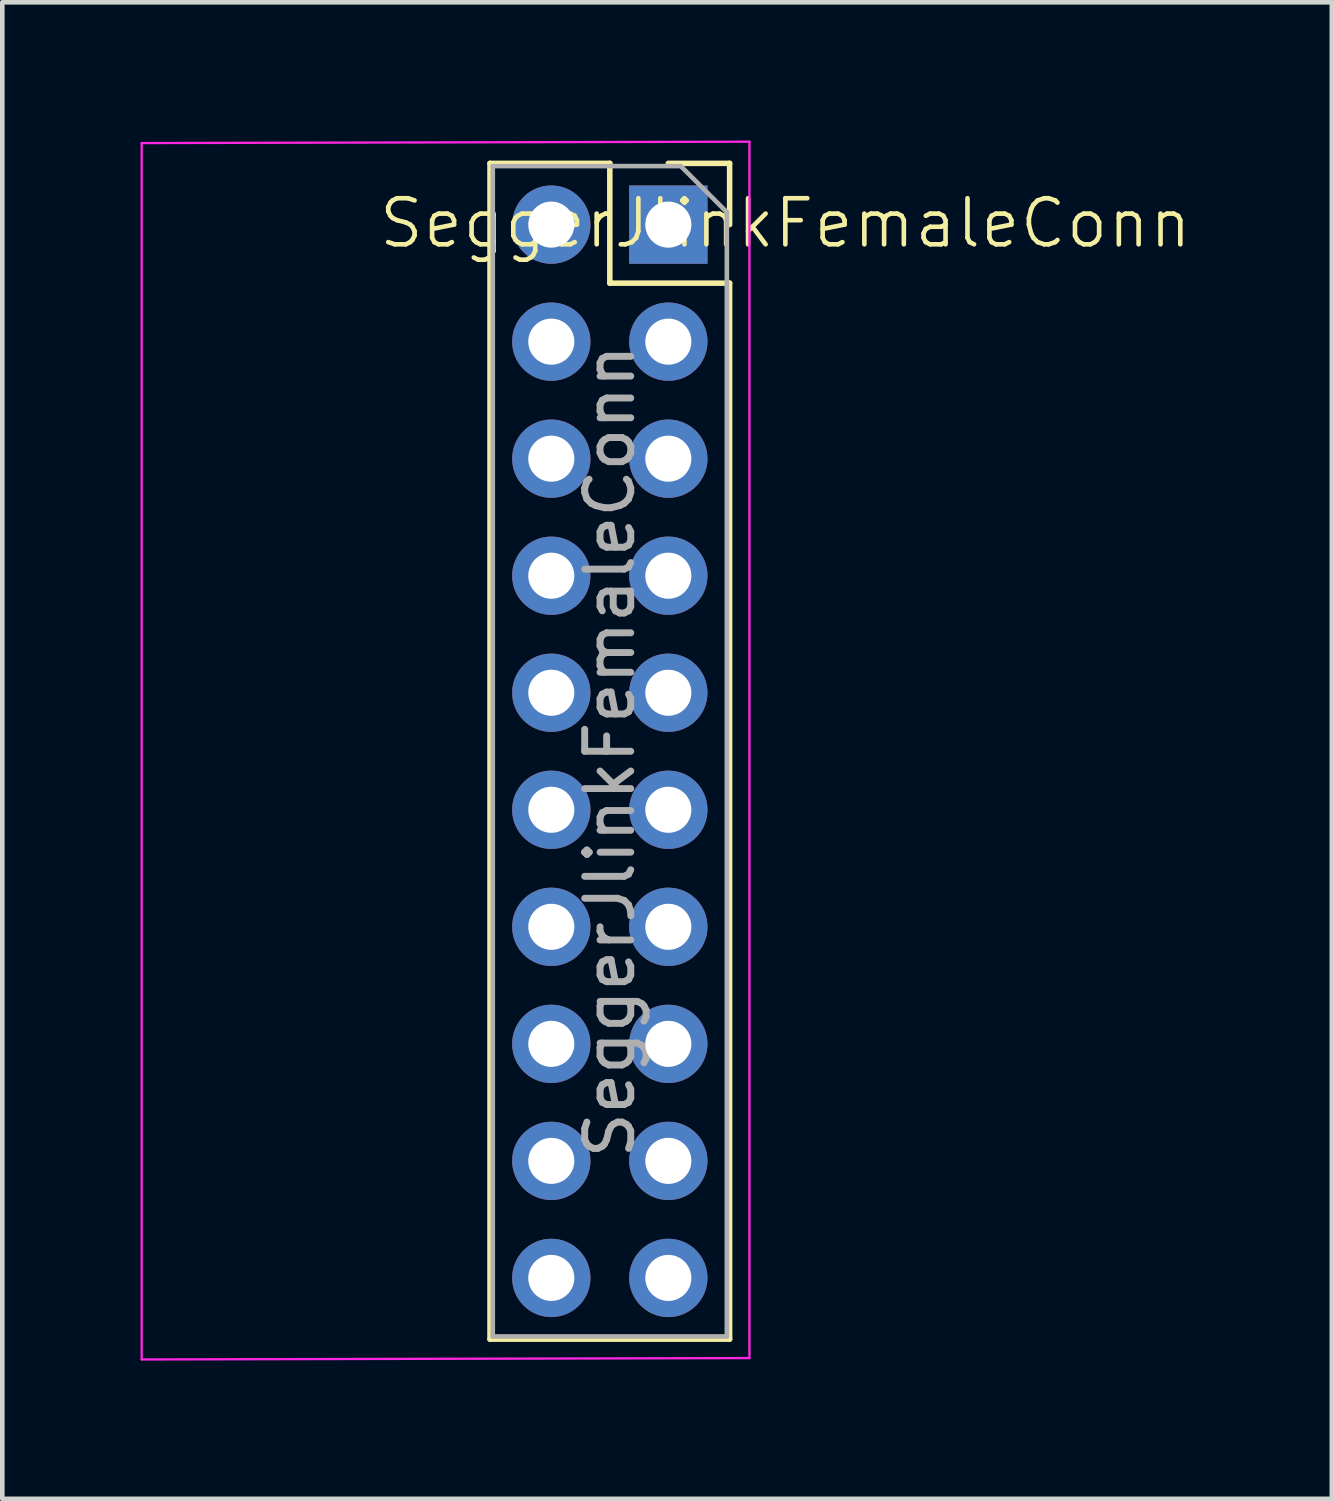
<source format=kicad_pcb>
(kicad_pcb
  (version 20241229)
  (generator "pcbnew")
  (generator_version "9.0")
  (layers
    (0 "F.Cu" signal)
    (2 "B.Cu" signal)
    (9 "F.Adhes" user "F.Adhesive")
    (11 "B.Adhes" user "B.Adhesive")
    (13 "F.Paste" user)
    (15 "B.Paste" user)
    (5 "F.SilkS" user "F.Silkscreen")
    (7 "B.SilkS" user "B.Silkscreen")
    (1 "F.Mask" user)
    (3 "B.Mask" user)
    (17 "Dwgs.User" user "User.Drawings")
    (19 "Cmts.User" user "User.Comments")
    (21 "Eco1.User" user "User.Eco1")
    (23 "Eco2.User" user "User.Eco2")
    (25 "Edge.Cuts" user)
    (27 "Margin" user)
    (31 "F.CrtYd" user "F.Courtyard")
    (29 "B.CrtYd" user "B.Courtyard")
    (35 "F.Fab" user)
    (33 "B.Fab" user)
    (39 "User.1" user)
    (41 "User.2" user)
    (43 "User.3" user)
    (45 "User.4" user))
  (footprint "SeggerJlinkFemaleConn"
    (layer "F.Cu")
    (at 8.915 13.225)
    (property "Reference" "SeggerJlinkFemaleConn" (at 5.08 -11.43 0) (unlocked yes) (layer "F.SilkS") (effects (font (size 1 1) (thickness 0.1))))
    (attr through_hole)
    (fp_line (start -1.33 -12.73) (end -1.33 12.79) (stroke (width 0.12) (type solid)) (layer "F.SilkS"))
    (fp_line (start -1.33 -12.73) (end 1.27 -12.73) (stroke (width 0.12) (type solid)) (layer "F.SilkS"))
    (fp_line (start -1.33 12.79) (end 3.87 12.79) (stroke (width 0.12) (type solid)) (layer "F.SilkS"))
    (fp_line (start 1.27 -12.73) (end 1.27 -10.13) (stroke (width 0.12) (type solid)) (layer "F.SilkS"))
    (fp_line (start 1.27 -10.13) (end 3.87 -10.13) (stroke (width 0.12) (type solid)) (layer "F.SilkS"))
    (fp_line (start 2.54 -12.73) (end 3.87 -12.73) (stroke (width 0.12) (type solid)) (layer "F.SilkS"))
    (fp_line (start 3.87 -12.73) (end 3.87 -11.4) (stroke (width 0.12) (type solid)) (layer "F.SilkS"))
    (fp_line (start 3.87 -10.13) (end 3.87 12.79) (stroke (width 0.12) (type solid)) (layer "F.SilkS"))
    (fp_line (start -8.89 -13.17) (end 4.3 -13.2) (stroke (width 0.05) (type solid)) (layer "F.CrtYd"))
    (fp_line (start -8.89 13.23) (end -8.89 -13.17) (stroke (width 0.05) (type solid)) (layer "F.CrtYd"))
    (fp_line (start 4.3 -13.2) (end 4.3 13.2) (stroke (width 0.05) (type solid)) (layer "F.CrtYd"))
    (fp_line (start 4.3 13.2) (end -8.89 13.23) (stroke (width 0.05) (type solid)) (layer "F.CrtYd"))
    (fp_line (start -1.27 -12.67) (end 2.81 -12.67) (stroke (width 0.1) (type solid)) (layer "F.Fab"))
    (fp_line (start -1.27 12.73) (end -1.27 -12.67) (stroke (width 0.1) (type solid)) (layer "F.Fab"))
    (fp_line (start 2.81 -12.67) (end 3.81 -11.67) (stroke (width 0.1) (type solid)) (layer "F.Fab"))
    (fp_line (start 3.81 -11.67) (end 3.81 12.73) (stroke (width 0.1) (type solid)) (layer "F.Fab"))
    (fp_line (start 3.81 12.73) (end -1.27 12.73) (stroke (width 0.1) (type solid)) (layer "F.Fab"))
    (fp_text user "${REFERENCE}" (at 1.27 0.03 90) (layer "F.Fab") (effects (font (size 1 1) (thickness 0.15))))
    (pad "1" thru_hole rect (at 2.54 -11.4) (size 1.7 1.7) (drill 1) (layers "*.Cu" "*.Mask"))
    (pad "2" thru_hole circle (at 0 -11.4) (size 1.7 1.7) (drill 1) (layers "*.Cu" "*.Mask"))
    (pad "3" thru_hole circle (at 2.54 -8.86) (size 1.7 1.7) (drill 1) (layers "*.Cu" "*.Mask"))
    (pad "4" thru_hole circle (at 0 -8.86) (size 1.7 1.7) (drill 1) (layers "*.Cu" "*.Mask"))
    (pad "5" thru_hole circle (at 2.54 -6.32) (size 1.7 1.7) (drill 1) (layers "*.Cu" "*.Mask"))
    (pad "6" thru_hole circle (at 0 -6.32) (size 1.7 1.7) (drill 1) (layers "*.Cu" "*.Mask"))
    (pad "7" thru_hole circle (at 2.54 -3.78) (size 1.7 1.7) (drill 1) (layers "*.Cu" "*.Mask"))
    (pad "8" thru_hole circle (at 0 -3.78) (size 1.7 1.7) (drill 1) (layers "*.Cu" "*.Mask"))
    (pad "9" thru_hole circle (at 2.54 -1.24) (size 1.7 1.7) (drill 1) (layers "*.Cu" "*.Mask"))
    (pad "10" thru_hole circle (at 0 -1.24) (size 1.7 1.7) (drill 1) (layers "*.Cu" "*.Mask"))
    (pad "11" thru_hole circle (at 2.54 1.3) (size 1.7 1.7) (drill 1) (layers "*.Cu" "*.Mask"))
    (pad "12" thru_hole circle (at 0 1.3) (size 1.7 1.7) (drill 1) (layers "*.Cu" "*.Mask"))
    (pad "13" thru_hole circle (at 2.54 3.84) (size 1.7 1.7) (drill 1) (layers "*.Cu" "*.Mask"))
    (pad "14" thru_hole circle (at 0 3.84) (size 1.7 1.7) (drill 1) (layers "*.Cu" "*.Mask"))
    (pad "15" thru_hole circle (at 2.54 6.38) (size 1.7 1.7) (drill 1) (layers "*.Cu" "*.Mask"))
    (pad "16" thru_hole circle (at 0 6.38) (size 1.7 1.7) (drill 1) (layers "*.Cu" "*.Mask"))
    (pad "17" thru_hole circle (at 2.54 8.92) (size 1.7 1.7) (drill 1) (layers "*.Cu" "*.Mask"))
    (pad "18" thru_hole circle (at 0 8.92) (size 1.7 1.7) (drill 1) (layers "*.Cu" "*.Mask"))
    (pad "19" thru_hole circle (at 2.54 11.46) (size 1.7 1.7) (drill 1) (layers "*.Cu" "*.Mask"))
    (pad "20" thru_hole circle (at 0 11.46) (size 1.7 1.7) (drill 1) (layers "*.Cu" "*.Mask")))
  (gr_rect
    (start -3 -3)
    (end 25.855 29.48)
    (stroke (width 0.1) (type default))
    (fill no)
    (layer "Edge.Cuts")))
</source>
